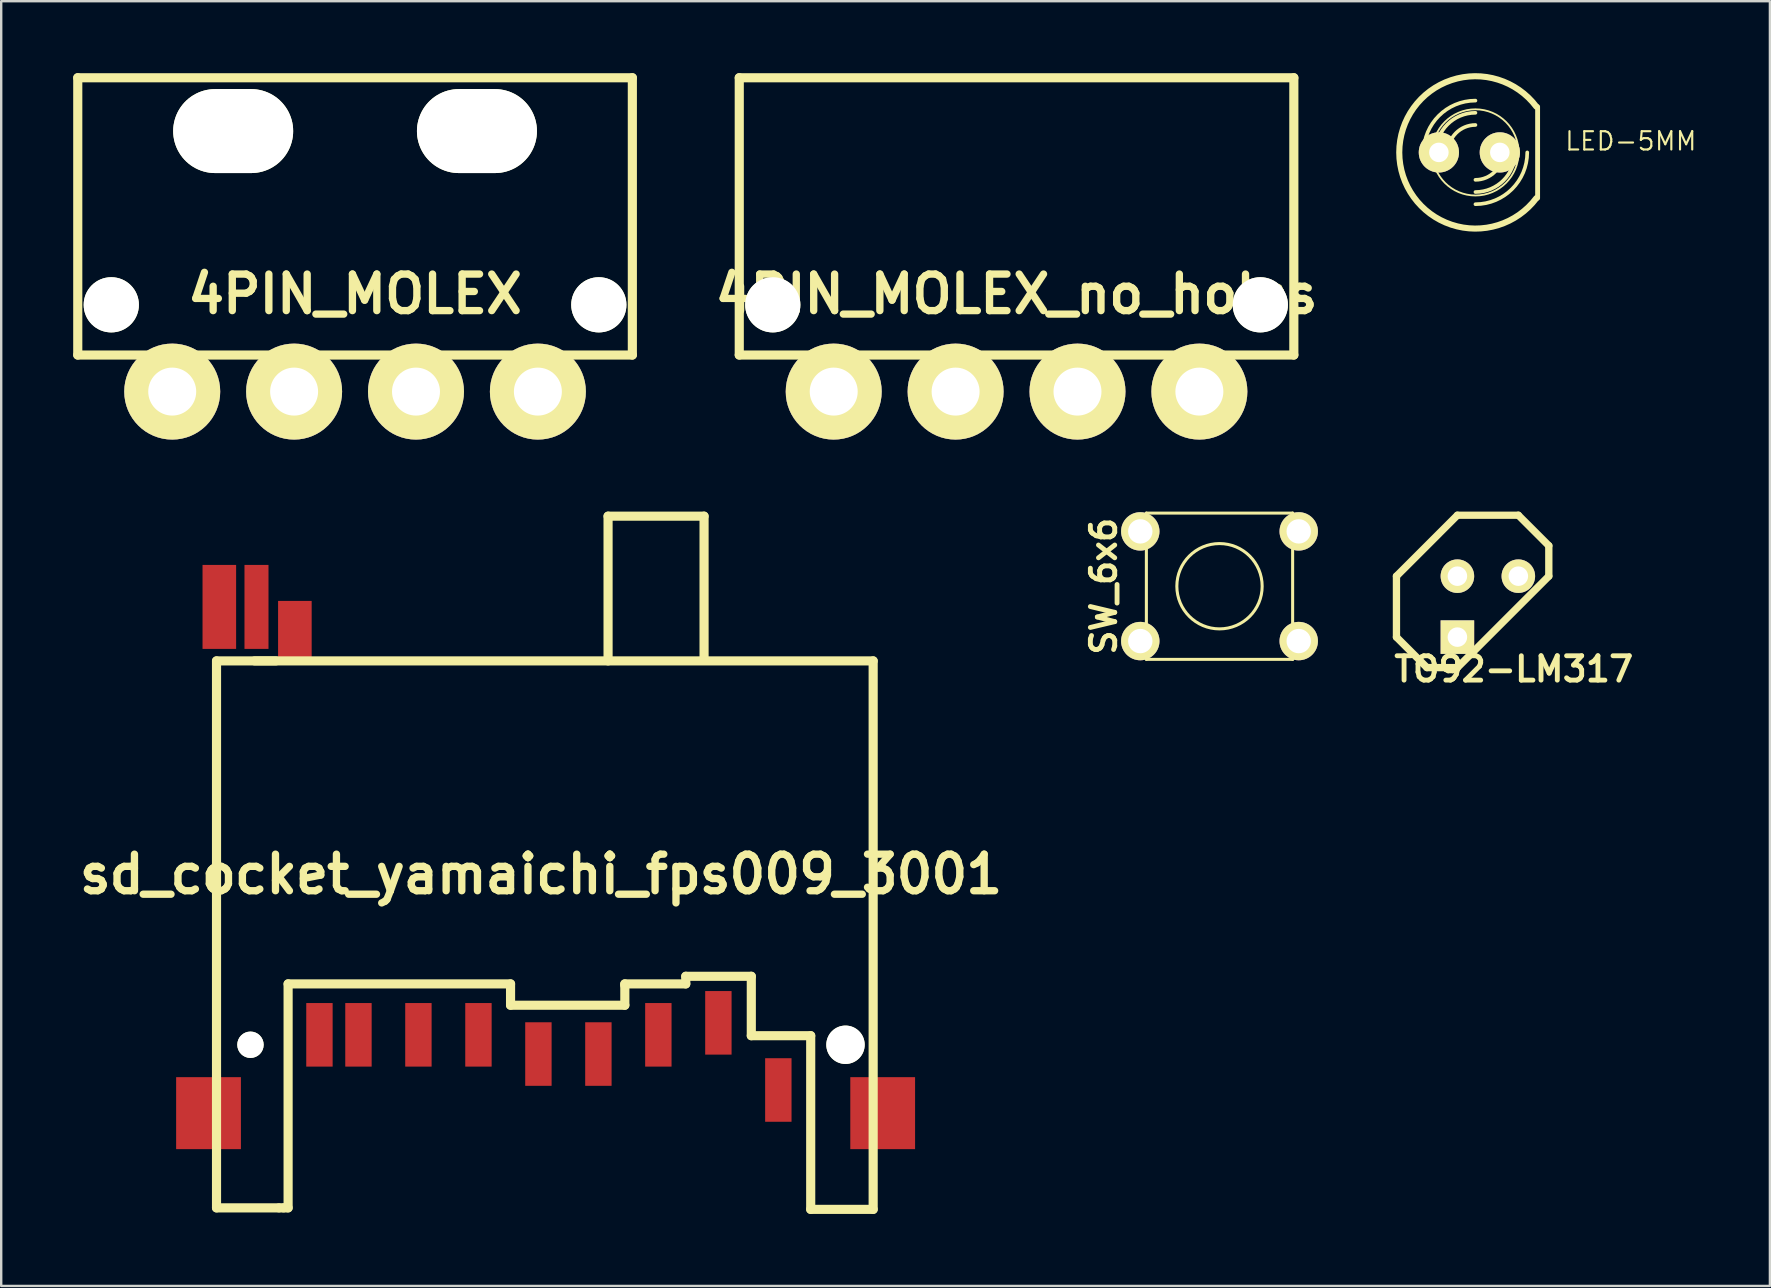
<source format=kicad_pcb>
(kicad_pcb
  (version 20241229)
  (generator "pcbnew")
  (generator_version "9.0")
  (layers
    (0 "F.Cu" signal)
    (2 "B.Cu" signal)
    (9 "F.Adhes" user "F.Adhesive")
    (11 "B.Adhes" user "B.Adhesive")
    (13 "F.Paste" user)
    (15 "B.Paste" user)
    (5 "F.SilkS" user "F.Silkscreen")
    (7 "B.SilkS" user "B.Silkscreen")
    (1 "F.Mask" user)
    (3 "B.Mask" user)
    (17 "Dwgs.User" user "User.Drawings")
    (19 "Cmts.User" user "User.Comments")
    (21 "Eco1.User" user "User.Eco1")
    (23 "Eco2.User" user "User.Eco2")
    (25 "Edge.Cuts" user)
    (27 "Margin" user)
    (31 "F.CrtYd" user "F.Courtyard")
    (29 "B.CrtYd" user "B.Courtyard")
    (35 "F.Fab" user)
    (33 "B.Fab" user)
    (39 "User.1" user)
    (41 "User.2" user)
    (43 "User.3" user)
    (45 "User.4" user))
  (footprint "4PIN_MOLEX_no_holes"
    (layer "F.Cu")
    (at 39.318 13.271)
    (property "Reference" "4PIN_MOLEX_no_holes" (at 0 -4.064 0) (layer "F.SilkS") (effects (font (size 1.524 1.524) (thickness 0.305))))
    (attr through_hole)
    (fp_line (start -11.557 -13.081) (end 11.557 -13.081) (stroke (width 0.381) (type solid)) (layer "F.SilkS"))
    (fp_line (start -11.557 -1.524) (end -11.557 -13.081) (stroke (width 0.381) (type solid)) (layer "F.SilkS"))
    (fp_line (start 11.557 -1.524) (end -11.557 -1.524) (stroke (width 0.381) (type solid)) (layer "F.SilkS"))
    (fp_line (start 11.557 -1.524) (end 11.557 -13.081) (stroke (width 0.381) (type solid)) (layer "F.SilkS"))
    (pad "" np_thru_hole circle (at -10.16 -3.617) (size 2.301 2.301) (drill 2.301) (layers "*.Cu" "*.Mask" "F.SilkS"))
    (pad "" np_thru_hole circle (at 10.16 -3.617) (size 2.301 2.301) (drill 2.301) (layers "*.Cu" "*.Mask" "F.SilkS"))
    (pad "1" thru_hole circle (at -7.62 0) (size 4 4) (drill 1.999) (layers "*.Cu" "*.Mask" "F.SilkS"))
    (pad "2" thru_hole circle (at -2.54 0) (size 4 4) (drill 1.999) (layers "*.Cu" "*.Mask" "F.SilkS"))
    (pad "3" thru_hole circle (at 2.54 0) (size 4 4) (drill 1.999) (layers "*.Cu" "*.Mask" "F.SilkS"))
    (pad "4" thru_hole circle (at 7.62 0) (size 4 4) (drill 1.999) (layers "*.Cu" "*.Mask" "F.SilkS")))
  (footprint "TO92-LM317"
    (layer "F.Cu")
    (at 58.962 22.234)
    (property "Reference" "TO92-LM317" (at 1.079 2.603 0) (layer "F.SilkS") (effects (font (size 1.016 1.016) (thickness 0.203))))
    (attr through_hole)
    (fp_line (start -3.81 -1.27) (end -3.81 1.27) (stroke (width 0.305) (type solid)) (layer "F.SilkS"))
    (fp_line (start -3.81 1.27) (end -2.54 2.54) (stroke (width 0.305) (type solid)) (layer "F.SilkS"))
    (fp_line (start -2.54 2.54) (end -1.27 2.54) (stroke (width 0.305) (type solid)) (layer "F.SilkS"))
    (fp_line (start -1.27 -3.81) (end -3.81 -1.27) (stroke (width 0.305) (type solid)) (layer "F.SilkS"))
    (fp_line (start -1.27 2.54) (end 2.54 -1.27) (stroke (width 0.305) (type solid)) (layer "F.SilkS"))
    (fp_line (start 1.27 -3.81) (end -1.27 -3.81) (stroke (width 0.305) (type solid)) (layer "F.SilkS"))
    (fp_line (start 2.54 -2.54) (end 1.27 -3.81) (stroke (width 0.305) (type solid)) (layer "F.SilkS"))
    (fp_line (start 2.54 -1.27) (end 2.54 -2.54) (stroke (width 0.305) (type solid)) (layer "F.SilkS"))
    (pad "1" thru_hole rect (at -1.27 1.27) (size 1.397 1.397) (drill 0.813) (layers "*.Cu" "*.Mask" "F.SilkS"))
    (pad "2" thru_hole circle (at -1.27 -1.27) (size 1.397 1.397) (drill 0.813) (layers "*.Cu" "*.Mask" "F.SilkS"))
    (pad "3" thru_hole circle (at 1.27 -1.27) (size 1.397 1.397) (drill 0.813) (layers "*.Cu" "*.Mask" "F.SilkS")))
  (footprint "LED-5MM"
    (layer "F.Cu")
    (at 58.19 3.302)
    (property "Reference" "LED-5MM" (at 6.731 -0.47 0) (layer "F.SilkS") (effects (font (size 0.762 0.762) (thickness 0.089))))
    (attr through_hole)
    (fp_line (start 2.845 1.905) (end 2.845 -1.905) (stroke (width 0.203) (type solid)) (layer "F.SilkS"))
    (fp_arc (start -1.905 0) (mid -1.272644 -1.526644) (end 0.254 -2.159) (stroke (width 0.1524) (type solid)) (layer "F.SilkS"))
    (fp_arc (start -1.397 0) (mid -0.913433 -1.167433) (end 0.254 -1.651) (stroke (width 0.1524) (type solid)) (layer "F.SilkS"))
    (fp_arc (start -0.889 0) (mid -0.554223 -0.808223) (end 0.254 -1.143) (stroke (width 0.1524) (type solid)) (layer "F.SilkS"))
    (fp_arc (start 1.397 0) (mid 1.062223 0.808223) (end 0.254 1.143) (stroke (width 0.1524) (type solid)) (layer "F.SilkS"))
    (fp_arc (start 1.905 0) (mid 1.421433 1.167433) (end 0.254 1.651) (stroke (width 0.1524) (type solid)) (layer "F.SilkS"))
    (fp_arc (start 2.413 0) (mid 1.780644 1.526644) (end 0.254 2.159) (stroke (width 0.1524) (type solid)) (layer "F.SilkS"))
    (fp_arc (start 2.794 1.905) (mid -2.921 0.001668) (end 2.791997 -1.907668) (stroke (width 0.254) (type solid)) (layer "F.SilkS"))
    (fp_circle (center 0.254 0) (end -1.016 1.27) (stroke (width 0.076) (type solid)) (fill no) (layer "F.SilkS"))
    (pad "1" thru_hole circle (at -1.27 0) (size 1.676 1.676) (drill 0.813) (layers "*.Cu" "*.Mask" "F.SilkS"))
    (pad "2" thru_hole circle (at 1.27 0) (size 1.676 1.676) (drill 0.813) (layers "*.Cu" "*.Mask" "F.SilkS")))
  (footprint "sd_cocket_yamaichi_fps009_3001"
    (layer "F.Cu")
    (at 6.99 24.495)
    (property "Reference" "sd_cocket_yamaichi_fps009_3001" (at 12.509 8.89 0) (layer "F.SilkS") (effects (font (size 1.524 1.524) (thickness 0.305))))
    (attr through_hole)
    (fp_line (start -1.016 0) (end -1.016 22.797) (stroke (width 0.381) (type solid)) (layer "F.SilkS"))
    (fp_line (start -1.016 22.797) (end 1.587 22.797) (stroke (width 0.381) (type solid)) (layer "F.SilkS"))
    (fp_line (start 1.46 0) (end -1.016 0) (stroke (width 0.381) (type solid)) (layer "F.SilkS"))
    (fp_line (start 1.587 22.797) (end 1.778 22.797) (stroke (width 0.381) (type solid)) (layer "F.SilkS"))
    (fp_line (start 1.778 22.797) (end 1.968 22.797) (stroke (width 0.381) (type solid)) (layer "F.SilkS"))
    (fp_line (start 1.968 13.462) (end 11.239 13.462) (stroke (width 0.381) (type solid)) (layer "F.SilkS"))
    (fp_line (start 1.968 22.797) (end 1.968 13.462) (stroke (width 0.381) (type solid)) (layer "F.SilkS"))
    (fp_line (start 11.239 13.462) (end 11.239 14.351) (stroke (width 0.381) (type solid)) (layer "F.SilkS"))
    (fp_line (start 11.239 14.351) (end 16.002 14.351) (stroke (width 0.381) (type solid)) (layer "F.SilkS"))
    (fp_line (start 15.303 -6.032) (end 19.304 -6.032) (stroke (width 0.381) (type solid)) (layer "F.SilkS"))
    (fp_line (start 15.303 0) (end 15.303 -6.032) (stroke (width 0.381) (type solid)) (layer "F.SilkS"))
    (fp_line (start 16.002 13.462) (end 18.542 13.462) (stroke (width 0.381) (type solid)) (layer "F.SilkS"))
    (fp_line (start 16.002 13.525) (end 16.002 13.462) (stroke (width 0.381) (type solid)) (layer "F.SilkS"))
    (fp_line (start 16.002 14.351) (end 16.002 13.525) (stroke (width 0.381) (type solid)) (layer "F.SilkS"))
    (fp_line (start 18.542 13.145) (end 21.273 13.145) (stroke (width 0.381) (type solid)) (layer "F.SilkS"))
    (fp_line (start 18.542 13.462) (end 18.542 13.145) (stroke (width 0.381) (type solid)) (layer "F.SilkS"))
    (fp_line (start 19.304 -6.032) (end 19.304 -0.064) (stroke (width 0.381) (type solid)) (layer "F.SilkS"))
    (fp_line (start 21.273 13.145) (end 21.273 15.621) (stroke (width 0.381) (type solid)) (layer "F.SilkS"))
    (fp_line (start 21.273 15.621) (end 23.749 15.621) (stroke (width 0.381) (type solid)) (layer "F.SilkS"))
    (fp_line (start 23.749 15.621) (end 23.749 22.86) (stroke (width 0.381) (type solid)) (layer "F.SilkS"))
    (fp_line (start 23.749 22.86) (end 26.352 22.86) (stroke (width 0.381) (type solid)) (layer "F.SilkS"))
    (fp_line (start 26.352 0) (end 0.572 0) (stroke (width 0.381) (type solid)) (layer "F.SilkS"))
    (fp_line (start 26.352 22.86) (end 26.352 0) (stroke (width 0.381) (type solid)) (layer "F.SilkS"))
    (pad "" np_thru_hole circle (at 0.399 15.999) (size 1.1 1.1) (drill 1.1) (layers "*.Cu" "*.Mask" "F.SilkS"))
    (pad "" np_thru_hole circle (at 25.199 15.999) (size 1.6 1.6) (drill 1.6) (layers "*.Cu" "*.Mask" "F.SilkS"))
    (pad "1" smd rect (at 19.901 15.085) (size 1.1 2.649) (layers "F.Cu" "F.Mask" "F.Paste"))
    (pad "2" smd rect (at 17.399 15.585) (size 1.1 2.649) (layers "F.Cu" "F.Mask" "F.Paste"))
    (pad "3" smd rect (at 14.9 16.386) (size 1.1 2.649) (layers "F.Cu" "F.Mask" "F.Paste"))
    (pad "4" smd rect (at 12.4 16.386) (size 1.1 2.649) (layers "F.Cu" "F.Mask" "F.Paste"))
    (pad "5" smd rect (at 9.901 15.585) (size 1.1 2.649) (layers "F.Cu" "F.Mask" "F.Paste"))
    (pad "6" smd rect (at 7.399 15.585) (size 1.1 2.649) (layers "F.Cu" "F.Mask" "F.Paste"))
    (pad "7" smd rect (at 4.9 15.585) (size 1.1 2.649) (layers "F.Cu" "F.Mask" "F.Paste"))
    (pad "8" smd rect (at 3.274 15.585) (size 1.1 2.649) (layers "F.Cu" "F.Mask" "F.Paste"))
    (pad "9" smd rect (at 22.4 17.884) (size 1.1 2.649) (layers "F.Cu" "F.Mask" "F.Paste"))
    (pad "COM" smd rect (at 2.25 -1.25) (size 1.4 2.499) (layers "F.Cu" "F.Mask" "F.Paste"))
    (pad "Sec" smd rect (at -1.349 18.849) (size 2.7 3) (layers "F.Cu" "F.Mask" "F.Paste"))
    (pad "Sec" smd rect (at 26.749 18.849) (size 2.7 3) (layers "F.Cu" "F.Mask" "F.Paste"))
    (pad "WP1" smd rect (at 0.65 -2.25) (size 1.001 3.5) (layers "F.Cu" "F.Mask" "F.Paste"))
    (pad "WP2" smd rect (at -0.899 -2.25) (size 1.4 3.5) (layers "F.Cu" "F.Mask" "F.Paste")))
  (footprint "SW_6x6"
    (layer "F.Cu")
    (at 47.777 21.383)
    (property "Reference" "SW_6x6" (at -4.826 0 90) (layer "F.SilkS") (effects (font (size 1.016 1.016) (thickness 0.203))))
    (attr through_hole)
    (fp_line (start -3.048 -3.048) (end -3.048 3.048) (stroke (width 0.127) (type solid)) (layer "F.SilkS"))
    (fp_line (start -3.048 3.048) (end 3.048 3.048) (stroke (width 0.127) (type solid)) (layer "F.SilkS"))
    (fp_line (start 3.048 -3.048) (end -3.048 -3.048) (stroke (width 0.127) (type solid)) (layer "F.SilkS"))
    (fp_line (start 3.048 3.048) (end 3.048 -3.048) (stroke (width 0.127) (type solid)) (layer "F.SilkS"))
    (fp_circle (center 0 0) (end -1.778 0) (stroke (width 0.127) (type solid)) (fill no) (layer "F.SilkS"))
    (pad "1" thru_hole circle (at -3.302 -2.286) (size 1.6 1.6) (drill 1.016) (layers "*.Cu" "*.Mask" "F.SilkS"))
    (pad "1" thru_hole circle (at 3.302 -2.286) (size 1.6 1.6) (drill 1.016) (layers "*.Cu" "*.Mask" "F.SilkS"))
    (pad "2" thru_hole circle (at -3.302 2.286) (size 1.6 1.6) (drill 1.016) (layers "*.Cu" "*.Mask" "F.SilkS"))
    (pad "2" thru_hole circle (at 3.302 2.286) (size 1.6 1.6) (drill 1.016) (layers "*.Cu" "*.Mask" "F.SilkS")))
  (footprint "4PIN_MOLEX"
    (layer "F.Cu")
    (at 11.748 13.271)
    (property "Reference" "4PIN_MOLEX" (at 0 -4.064 0) (layer "F.SilkS") (effects (font (size 1.524 1.524) (thickness 0.305))))
    (attr through_hole)
    (fp_line (start -11.557 -13.081) (end 11.557 -13.081) (stroke (width 0.381) (type solid)) (layer "F.SilkS"))
    (fp_line (start -11.557 -1.524) (end -11.557 -13.081) (stroke (width 0.381) (type solid)) (layer "F.SilkS"))
    (fp_line (start 11.557 -1.524) (end -11.557 -1.524) (stroke (width 0.381) (type solid)) (layer "F.SilkS"))
    (fp_line (start 11.557 -1.524) (end 11.557 -13.081) (stroke (width 0.381) (type solid)) (layer "F.SilkS"))
    (pad "" np_thru_hole circle (at -10.16 -3.617) (size 2.301 2.301) (drill 2.301) (layers "*.Cu" "*.Mask" "F.SilkS"))
    (pad "" np_thru_hole oval (at -5.08 -10.858) (size 5.001 3.5) (drill oval 5.001 3.5) (layers "*.Cu" "*.Mask" "F.SilkS"))
    (pad "" np_thru_hole oval (at 5.08 -10.858) (size 5.001 3.5) (drill oval 5.001 3.5) (layers "*.Cu" "*.Mask" "F.SilkS"))
    (pad "" np_thru_hole circle (at 10.16 -3.617) (size 2.301 2.301) (drill 2.301) (layers "*.Cu" "*.Mask" "F.SilkS"))
    (pad "1" thru_hole circle (at -7.62 0) (size 4 4) (drill 1.999) (layers "*.Cu" "*.Mask" "F.SilkS"))
    (pad "2" thru_hole circle (at -2.54 0) (size 4 4) (drill 1.999) (layers "*.Cu" "*.Mask" "F.SilkS"))
    (pad "3" thru_hole circle (at 2.54 0) (size 4 4) (drill 1.999) (layers "*.Cu" "*.Mask" "F.SilkS"))
    (pad "4" thru_hole circle (at 7.62 0) (size 4 4) (drill 1.999) (layers "*.Cu" "*.Mask" "F.SilkS")))
  (gr_rect
    (start -3 -3)
    (end 70.717 50.545)
    (stroke (width 0.1) (type default))
    (fill no)
    (layer "Edge.Cuts")))
</source>
